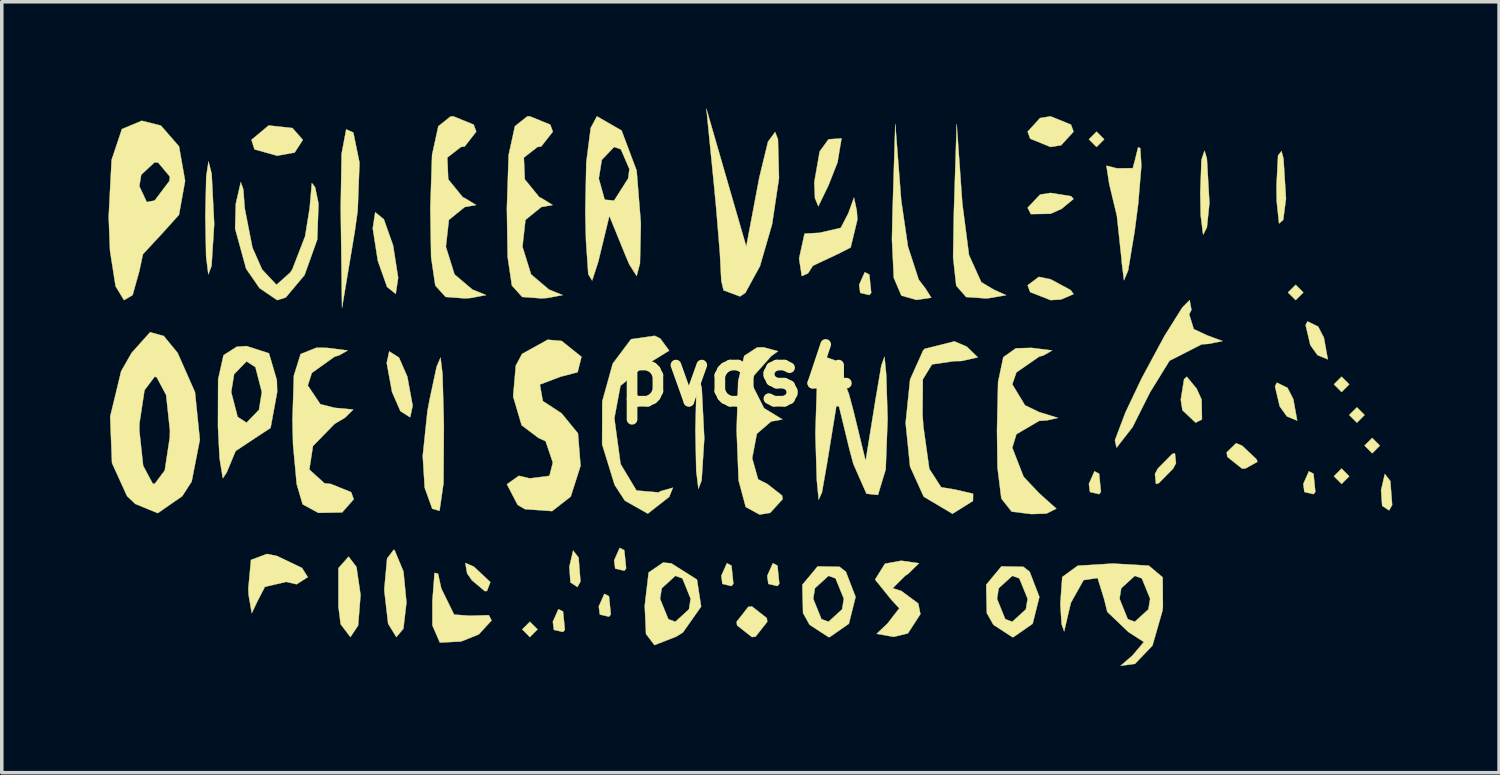
<source format=kicad_pcb>
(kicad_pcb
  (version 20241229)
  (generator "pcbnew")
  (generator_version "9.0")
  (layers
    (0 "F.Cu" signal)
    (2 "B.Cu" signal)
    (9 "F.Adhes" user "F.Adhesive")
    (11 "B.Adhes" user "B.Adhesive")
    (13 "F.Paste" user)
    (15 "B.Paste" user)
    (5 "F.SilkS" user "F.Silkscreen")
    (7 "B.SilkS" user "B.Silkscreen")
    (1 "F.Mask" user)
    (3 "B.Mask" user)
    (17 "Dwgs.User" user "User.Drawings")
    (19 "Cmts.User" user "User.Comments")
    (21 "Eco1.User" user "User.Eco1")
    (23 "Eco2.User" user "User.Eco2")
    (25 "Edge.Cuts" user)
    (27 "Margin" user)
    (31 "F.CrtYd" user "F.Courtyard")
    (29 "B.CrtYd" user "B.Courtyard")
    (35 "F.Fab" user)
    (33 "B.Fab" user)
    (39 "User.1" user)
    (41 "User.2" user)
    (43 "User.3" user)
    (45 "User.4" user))
  (footprint "pvos4"
    (layer "F.Cu")
    (at 17.656 7.539)
    (property "Reference" "pvos4" (at 0 0 0) (layer "F.SilkS") (effects (font (size 1.524 1.524) (thickness 0.3))))
    (attr through_hole)
    (fp_poly (pts (xy -5.597 7.103) (xy -5.812 7.319) (xy -6.027 7.103) (xy -5.812 6.888) (xy -5.597 7.103)) (stroke (width 0.01) (type solid)) (fill yes) (layer "F.SilkS"))
    (fp_poly (pts (xy 10.332 -6.673) (xy 10.117 -6.458) (xy 9.902 -6.673) (xy 10.117 -6.888) (xy 10.332 -6.673)) (stroke (width 0.01) (type solid)) (fill yes) (layer "F.SilkS"))
    (fp_poly (pts (xy 15.929 -2.368) (xy 15.714 -2.153) (xy 15.498 -2.368) (xy 15.714 -2.583) (xy 15.929 -2.368)) (stroke (width 0.01) (type solid)) (fill yes) (layer "F.SilkS"))
    (fp_poly (pts (xy 17.22 0.215) (xy 17.005 0.431) (xy 16.79 0.215) (xy 17.005 0) (xy 17.22 0.215)) (stroke (width 0.01) (type solid)) (fill yes) (layer "F.SilkS"))
    (fp_poly (pts (xy 17.22 2.798) (xy 17.005 3.014) (xy 16.79 2.798) (xy 17.005 2.583) (xy 17.22 2.798)) (stroke (width 0.01) (type solid)) (fill yes) (layer "F.SilkS"))
    (fp_poly (pts (xy 17.651 1.076) (xy 17.436 1.292) (xy 17.22 1.076) (xy 17.436 0.861) (xy 17.651 1.076)) (stroke (width 0.01) (type solid)) (fill yes) (layer "F.SilkS"))
    (fp_poly (pts (xy 18.081 1.937) (xy 17.866 2.153) (xy 17.651 1.937) (xy 17.866 1.722) (xy 18.081 1.937)) (stroke (width 0.01) (type solid)) (fill yes) (layer "F.SilkS"))
    (fp_poly (pts (xy -4.879 6.601) (xy -4.828 7.112) (xy -4.879 7.175) (xy -5.135 7.116) (xy -5.166 6.888) (xy -5.009 6.534) (xy -4.879 6.601)) (stroke (width 0.01) (type solid)) (fill yes) (layer "F.SilkS"))
    (fp_poly (pts (xy -4.442 5.085) (xy -4.39 5.758) (xy -4.475 5.911) (xy -4.671 5.782) (xy -4.702 5.345) (xy -4.596 4.886) (xy -4.442 5.085)) (stroke (width 0.01) (type solid)) (fill yes) (layer "F.SilkS"))
    (fp_poly (pts (xy -3.588 6.171) (xy -3.536 6.682) (xy -3.588 6.745) (xy -3.844 6.686) (xy -3.875 6.458) (xy -3.717 6.103) (xy -3.588 6.171)) (stroke (width 0.01) (type solid)) (fill yes) (layer "F.SilkS"))
    (fp_poly (pts (xy -3.157 4.879) (xy -3.106 5.39) (xy -3.157 5.453) (xy -3.413 5.394) (xy -3.444 5.166) (xy -3.287 4.812) (xy -3.157 4.879)) (stroke (width 0.01) (type solid)) (fill yes) (layer "F.SilkS"))
    (fp_poly (pts (xy -0.144 5.31) (xy -0.092 5.821) (xy -0.144 5.884) (xy -0.399 5.825) (xy -0.431 5.597) (xy -0.273 5.242) (xy -0.144 5.31)) (stroke (width 0.01) (type solid)) (fill yes) (layer "F.SilkS"))
    (fp_poly (pts (xy 1.148 5.31) (xy 1.2 5.821) (xy 1.148 5.884) (xy 0.892 5.825) (xy 0.861 5.597) (xy 1.019 5.242) (xy 1.148 5.31)) (stroke (width 0.01) (type solid)) (fill yes) (layer "F.SilkS"))
    (fp_poly (pts (xy 3.731 -2.87) (xy 3.783 -2.359) (xy 3.731 -2.296) (xy 3.475 -2.355) (xy 3.444 -2.583) (xy 3.602 -2.937) (xy 3.731 -2.87)) (stroke (width 0.01) (type solid)) (fill yes) (layer "F.SilkS"))
    (fp_poly (pts (xy 10.189 2.727) (xy 10.24 3.237) (xy 10.189 3.301) (xy 9.933 3.241) (xy 9.902 3.014) (xy 10.059 2.659) (xy 10.189 2.727)) (stroke (width 0.01) (type solid)) (fill yes) (layer "F.SilkS"))
    (fp_poly (pts (xy 16.216 2.727) (xy 16.267 3.237) (xy 16.216 3.301) (xy 15.96 3.241) (xy 15.929 3.014) (xy 16.086 2.659) (xy 16.216 2.727)) (stroke (width 0.01) (type solid)) (fill yes) (layer "F.SilkS"))
    (fp_poly (pts (xy 18.375 2.933) (xy 18.427 3.606) (xy 18.341 3.758) (xy 18.146 3.63) (xy 18.115 3.193) (xy 18.22 2.734) (xy 18.375 2.933)) (stroke (width 0.01) (type solid)) (fill yes) (layer "F.SilkS"))
    (fp_poly (pts (xy -12.485 -6.989) (xy -12.193 -6.658) (xy -12.423 -6.301) (xy -12.915 -6.212) (xy -13.552 -6.39) (xy -13.638 -6.658) (xy -13.154 -7.062) (xy -12.485 -6.989)) (stroke (width 0.01) (type solid)) (fill yes) (layer "F.SilkS"))
    (fp_poly (pts (xy -7.385 5.34) (xy -6.923 5.774) (xy -7.018 6.023) (xy -7.078 6.027) (xy -7.442 5.721) (xy -7.575 5.53) (xy -7.626 5.235) (xy -7.385 5.34)) (stroke (width 0.01) (type solid)) (fill yes) (layer "F.SilkS"))
    (fp_poly (pts (xy 15.485 0.313) (xy 15.647 0.627) (xy 15.757 1.234) (xy 15.468 1.116) (xy 15.265 0.832) (xy 15.133 0.269) (xy 15.187 0.168) (xy 15.485 0.313)) (stroke (width 0.01) (type solid)) (fill yes) (layer "F.SilkS"))
    (fp_poly (pts (xy 16.346 -1.409) (xy 16.508 -1.095) (xy 16.618 -0.488) (xy 16.329 -0.606) (xy 16.126 -0.89) (xy 15.994 -1.453) (xy 16.048 -1.554) (xy 16.346 -1.409)) (stroke (width 0.01) (type solid)) (fill yes) (layer "F.SilkS"))
    (fp_poly (pts (xy -10.774 -6.862) (xy -10.601 -6.016) (xy -10.652 -4.666) (xy -10.736 -4.063) (xy -11.092 -1.937) (xy -11.129 -4.736) (xy -11.104 -6.268) (xy -10.974 -6.953) (xy -10.774 -6.862)) (stroke (width 0.01) (type solid)) (fill yes) (layer "F.SilkS"))
    (fp_poly (pts (xy -10.686 5.347) (xy -10.571 6.135) (xy -10.639 6.993) (xy -10.856 7.319) (xy -11.13 6.957) (xy -11.193 6.458) (xy -11.193 5.381) (xy -10.908 5.058) (xy -10.686 5.347)) (stroke (width 0.01) (type solid)) (fill yes) (layer "F.SilkS"))
    (fp_poly (pts (xy -9.916 -4.425) (xy -9.656 -3.69) (xy -9.514 -2.778) (xy -9.583 -2.328) (xy -9.826 -2.524) (xy -10.086 -3.26) (xy -10.228 -4.172) (xy -10.159 -4.622) (xy -9.916 -4.425)) (stroke (width 0.01) (type solid)) (fill yes) (layer "F.SilkS"))
    (fp_poly (pts (xy -9.491 -0.538) (xy -9.256 0) (xy -9.107 0.814) (xy -9.177 1.141) (xy -9.451 0.968) (xy -9.686 0.431) (xy -9.835 -0.384) (xy -9.765 -0.711) (xy -9.491 -0.538)) (stroke (width 0.01) (type solid)) (fill yes) (layer "F.SilkS"))
    (fp_poly (pts (xy 0.849 6.785) (xy 0.861 6.888) (xy 0.533 7.306) (xy 0.431 7.319) (xy 0.013 6.991) (xy 0 6.888) (xy 0.328 6.47) (xy 0.431 6.458) (xy 0.849 6.785)) (stroke (width 0.01) (type solid)) (fill yes) (layer "F.SilkS"))
    (fp_poly (pts (xy 2.836 -6.025) (xy 2.583 -5.381) (xy 2.297 -4.791) (xy 2.202 -5.019) (xy 2.183 -5.464) (xy 2.334 -6.331) (xy 2.583 -6.673) (xy 2.948 -6.699) (xy 2.836 -6.025)) (stroke (width 0.01) (type solid)) (fill yes) (layer "F.SilkS"))
    (fp_poly (pts (xy 8.825 -2.739) (xy 9.392 -2.433) (xy 9.471 -2.322) (xy 9.12 -2.171) (xy 8.825 -2.153) (xy 8.252 -2.378) (xy 8.18 -2.57) (xy 8.495 -2.806) (xy 8.825 -2.739)) (stroke (width 0.01) (type solid)) (fill yes) (layer "F.SilkS"))
    (fp_poly (pts (xy 9.398 -7.086) (xy 9.471 -6.888) (xy 9.122 -6.506) (xy 8.825 -6.458) (xy 8.253 -6.69) (xy 8.18 -6.888) (xy 8.528 -7.27) (xy 8.825 -7.319) (xy 9.398 -7.086)) (stroke (width 0.01) (type solid)) (fill yes) (layer "F.SilkS"))
    (fp_poly (pts (xy 9.4 -5.074) (xy 9.471 -4.997) (xy 9.135 -4.719) (xy 8.825 -4.58) (xy 8.271 -4.571) (xy 8.18 -4.749) (xy 8.529 -5.119) (xy 8.825 -5.166) (xy 9.4 -5.074)) (stroke (width 0.01) (type solid)) (fill yes) (layer "F.SilkS"))
    (fp_poly (pts (xy 12.35 2.431) (xy 12.269 2.583) (xy 11.864 2.994) (xy 11.788 3.014) (xy 11.759 2.735) (xy 11.839 2.583) (xy 12.245 2.172) (xy 12.32 2.153) (xy 12.35 2.431)) (stroke (width 0.01) (type solid)) (fill yes) (layer "F.SilkS"))
    (fp_poly (pts (xy 12.932 0.337) (xy 13.071 0.646) (xy 13.08 1.2) (xy 12.902 1.292) (xy 12.532 0.943) (xy 12.485 0.646) (xy 12.577 0.071) (xy 12.654 0) (xy 12.932 0.337)) (stroke (width 0.01) (type solid)) (fill yes) (layer "F.SilkS"))
    (fp_poly (pts (xy 13.219 -6.135) (xy 13.29 -4.88) (xy 13.219 -4.197) (xy 13.113 -3.993) (xy 13.045 -4.534) (xy 13.033 -5.166) (xy 13.066 -6.097) (xy 13.152 -6.353) (xy 13.219 -6.135)) (stroke (width 0.01) (type solid)) (fill yes) (layer "F.SilkS"))
    (fp_poly (pts (xy 14.207 1.937) (xy 14.617 2.324) (xy 14.637 2.393) (xy 14.304 2.578) (xy 14.207 2.583) (xy 13.793 2.252) (xy 13.776 2.127) (xy 14.04 1.87) (xy 14.207 1.937)) (stroke (width 0.01) (type solid)) (fill yes) (layer "F.SilkS"))
    (fp_poly (pts (xy 15.372 -6.13) (xy 15.442 -5.008) (xy 15.364 -4.408) (xy 15.247 -4.307) (xy 15.182 -4.925) (xy 15.176 -5.381) (xy 15.219 -6.215) (xy 15.316 -6.342) (xy 15.372 -6.13)) (stroke (width 0.01) (type solid)) (fill yes) (layer "F.SilkS"))
    (fp_poly (pts (xy -14.757 -5.707) (xy -14.756 -5.697) (xy -14.685 -4.293) (xy -14.76 -3.113) (xy -14.85 -2.876) (xy -14.913 -3.388) (xy -14.934 -4.52) (xy -14.909 -5.625) (xy -14.845 -6.051) (xy -14.757 -5.707)) (stroke (width 0.01) (type solid)) (fill yes) (layer "F.SilkS"))
    (fp_poly (pts (xy -0.981 0.32) (xy -0.98 0.331) (xy -0.909 1.735) (xy -0.984 2.914) (xy -1.074 3.151) (xy -1.136 2.639) (xy -1.158 1.507) (xy -1.132 0.402) (xy -1.069 -0.024) (xy -0.981 0.32)) (stroke (width 0.01) (type solid)) (fill yes) (layer "F.SilkS"))
    (fp_poly (pts (xy -9.612 4.882) (xy -9.365 5.476) (xy -9.281 6.343) (xy -9.367 7.084) (xy -9.565 7.319) (xy -9.796 6.943) (xy -9.901 6.03) (xy -9.902 5.955) (xy -9.825 5.111) (xy -9.638 4.862) (xy -9.612 4.882)) (stroke (width 0.01) (type solid)) (fill yes) (layer "F.SilkS"))
    (fp_poly (pts (xy 4.626 -4.959) (xy 4.817 -3.655) (xy 5.119 -2.727) (xy 5.301 -2.49) (xy 5.472 -2.222) (xy 5.058 -2.159) (xy 4.631 -2.28) (xy 4.418 -2.78) (xy 4.366 -3.853) (xy 4.383 -4.628) (xy 4.46 -7.103) (xy 4.626 -4.959)) (stroke (width 0.01) (type solid)) (fill yes) (layer "F.SilkS"))
    (fp_poly (pts (xy -12.915 5.041) (xy -12.217 5.376) (xy -12.054 5.633) (xy -12.369 5.834) (xy -12.662 5.767) (xy -13.26 5.906) (xy -13.473 6.318) (xy -13.629 6.646) (xy -13.718 6.13) (xy -13.726 5.96) (xy -13.651 5.15) (xy -13.203 4.982) (xy -12.915 5.041)) (stroke (width 0.01) (type solid)) (fill yes) (layer "F.SilkS"))
    (fp_poly (pts (xy -8.394 5.538) (xy -8.302 5.952) (xy -7.942 6.687) (xy -7.5 6.719) (xy -6.965 6.703) (xy -6.888 6.851) (xy -7.246 7.242) (xy -7.749 7.443) (xy -8.342 7.473) (xy -8.551 6.992) (xy -8.552 6.31) (xy -8.491 5.514) (xy -8.394 5.538)) (stroke (width 0.01) (type solid)) (fill yes) (layer "F.SilkS"))
    (fp_poly (pts (xy -8.267 -0.068) (xy -8.233 1.194) (xy -8.229 1.399) (xy -8.24 2.995) (xy -8.351 3.77) (xy -8.556 3.711) (xy -8.768 3.121) (xy -8.823 2.227) (xy -8.69 0.959) (xy -8.631 0.646) (xy -8.433 -0.28) (xy -8.323 -0.538) (xy -8.267 -0.068)) (stroke (width 0.01) (type solid)) (fill yes) (layer "F.SilkS"))
    (fp_poly (pts (xy 6.344 -4.871) (xy 6.532 -3.419) (xy 6.878 -2.656) (xy 7.233 -2.445) (xy 7.575 -2.291) (xy 7.084 -2.207) (xy 6.996 -2.202) (xy 6.452 -2.24) (xy 6.173 -2.558) (xy 6.085 -3.358) (xy 6.107 -4.628) (xy 6.186 -7.103) (xy 6.344 -4.871)) (stroke (width 0.01) (type solid)) (fill yes) (layer "F.SilkS"))
    (fp_poly (pts (xy 3.379 -4.66) (xy 3.394 -4.413) (xy 3.205 -3.632) (xy 2.834 -3.444) (xy 2.143 -3.119) (xy 2.007 -2.906) (xy 1.832 -2.829) (xy 1.756 -3.323) (xy 1.909 -4.022) (xy 2.33 -4.045) (xy 2.928 -4.184) (xy 3.141 -4.596) (xy 3.299 -5.034) (xy 3.379 -4.66)) (stroke (width 0.01) (type solid)) (fill yes) (layer "F.SilkS"))
    (fp_poly (pts (xy 11.346 -6.422) (xy 11.377 -5.93) (xy 11.289 -4.869) (xy 11.188 -4.09) (xy 11.005 -2.986) (xy 10.888 -2.71) (xy 10.823 -3.233) (xy 10.82 -3.301) (xy 10.689 -4.522) (xy 10.474 -5.417) (xy 10.395 -5.931) (xy 10.69 -5.857) (xy 11.135 -5.862) (xy 11.193 -6.073) (xy 11.286 -6.45) (xy 11.346 -6.422)) (stroke (width 0.01) (type solid)) (fill yes) (layer "F.SilkS"))
    (fp_poly (pts (xy 0.271 -3.659) (xy 0.637 -5.597) (xy 0.881 -6.604) (xy 1.082 -6.879) (xy 1.162 -6.673) (xy 1.191 -5.581) (xy 0.997 -4.287) (xy 0.656 -3.108) (xy 0.246 -2.359) (xy 0.095 -2.256) (xy -0.368 -2.429) (xy -0.431 -2.702) (xy -0.471 -3.48) (xy -0.575 -4.744) (xy -0.64 -5.429) (xy -0.85 -7.534) (xy 0.271 -3.659)) (stroke (width 0.01) (type solid)) (fill yes) (layer "F.SilkS"))
    (fp_poly (pts (xy 5.126 5.244) (xy 4.818 5.543) (xy 4.736 5.597) (xy 4.385 5.945) (xy 4.628 6.021) (xy 5.105 6.374) (xy 5.166 6.673) (xy 4.814 7.215) (xy 4.413 7.312) (xy 3.936 7.227) (xy 4.243 6.935) (xy 4.572 6.509) (xy 4.351 6.271) (xy 3.892 5.702) (xy 4.17 5.256) (xy 4.628 5.173) (xy 5.126 5.244)) (stroke (width 0.01) (type solid)) (fill yes) (layer "F.SilkS"))
    (fp_poly (pts (xy 12.785 -1.879) (xy 12.72 -1.755) (xy 12.85 -1.338) (xy 13.233 -1.159) (xy 13.66 -1.002) (xy 13.27 -0.923) (xy 13.075 -0.911) (xy 12.168 -0.449) (xy 11.62 0.44) (xy 11.13 1.416) (xy 10.69 1.982) (xy 10.677 1.99) (xy 10.634 1.786) (xy 10.93 1.003) (xy 11.386 0.044) (xy 12.026 -1.144) (xy 12.526 -1.942) (xy 12.733 -2.153) (xy 12.785 -1.879)) (stroke (width 0.01) (type solid)) (fill yes) (layer "F.SilkS"))
    (fp_poly (pts (xy -2.144 -1.071) (xy -1.896 -0.733) (xy -2.432 -0.403) (xy -2.509 -0.373) (xy -3.265 0.254) (xy -3.437 1.17) (xy -3.262 2.455) (xy -2.815 3.199) (xy -2.195 3.252) (xy -2.134 3.217) (xy -1.791 3.12) (xy -1.896 3.378) (xy -2.497 3.848) (xy -3.141 3.484) (xy -3.429 3.042) (xy -3.781 1.9) (xy -3.776 0.69) (xy -3.482 -0.368) (xy -2.968 -1.054) (xy -2.302 -1.15) (xy -2.144 -1.071)) (stroke (width 0.01) (type solid)) (fill yes) (layer "F.SilkS"))
    (fp_poly (pts (xy -13.866 -5.265) (xy -13.828 -4.736) (xy -13.611 -3.63) (xy -13.339 -3.014) (xy -12.934 -2.584) (xy -12.549 -2.927) (xy -12.491 -3.014) (xy -12.13 -3.946) (xy -12.002 -4.736) (xy -11.94 -5.444) (xy -11.849 -5.325) (xy -11.753 -4.865) (xy -11.789 -3.854) (xy -12.145 -2.858) (xy -12.674 -2.226) (xy -12.915 -2.153) (xy -13.409 -2.488) (xy -13.788 -3.036) (xy -14.097 -4.164) (xy -14.077 -4.865) (xy -13.938 -5.469) (xy -13.866 -5.265)) (stroke (width 0.01) (type solid)) (fill yes) (layer "F.SilkS"))
    (fp_poly (pts (xy -1.835 5.247) (xy -1.114 5.704) (xy -0.998 6.462) (xy -1.51 7.189) (xy -1.696 7.305) (xy -2.309 7.544) (xy -2.547 7.231) (xy -2.583 6.441) (xy -2.56 6.242) (xy -2.153 6.242) (xy -1.92 6.815) (xy -1.722 6.888) (xy -1.34 6.539) (xy -1.292 6.242) (xy -1.524 5.669) (xy -1.722 5.597) (xy -2.104 5.945) (xy -2.153 6.242) (xy -2.56 6.242) (xy -2.473 5.503) (xy -2.066 5.224) (xy -1.835 5.247)) (stroke (width 0.01) (type solid)) (fill yes) (layer "F.SilkS"))
    (fp_poly (pts (xy 2.893 5.344) (xy 3.071 5.482) (xy 3.344 6.19) (xy 3.155 6.944) (xy 2.617 7.318) (xy 2.583 7.319) (xy 2.051 6.973) (xy 1.867 6.644) (xy 1.857 6.242) (xy 2.153 6.242) (xy 2.385 6.815) (xy 2.583 6.888) (xy 2.965 6.539) (xy 3.014 6.242) (xy 2.781 5.669) (xy 2.583 5.597) (xy 2.201 5.945) (xy 2.153 6.242) (xy 1.857 6.242) (xy 1.848 5.848) (xy 2.277 5.332) (xy 2.893 5.344)) (stroke (width 0.01) (type solid)) (fill yes) (layer "F.SilkS"))
    (fp_poly (pts (xy 8.06 5.344) (xy 8.237 5.482) (xy 8.51 6.19) (xy 8.321 6.944) (xy 7.783 7.318) (xy 7.749 7.319) (xy 7.218 6.973) (xy 7.033 6.644) (xy 7.024 6.242) (xy 7.319 6.242) (xy 7.551 6.815) (xy 7.749 6.888) (xy 8.131 6.539) (xy 8.18 6.242) (xy 7.947 5.669) (xy 7.749 5.597) (xy 7.367 5.945) (xy 7.319 6.242) (xy 7.024 6.242) (xy 7.015 5.848) (xy 7.443 5.332) (xy 8.06 5.344)) (stroke (width 0.01) (type solid)) (fill yes) (layer "F.SilkS"))
    (fp_poly (pts (xy 2.778 -0.455) (xy 3.156 0.482) (xy 3.287 0.974) (xy 3.626 2.368) (xy 3.904 0.646) (xy 4.067 -0.313) (xy 4.157 -0.561) (xy 4.206 -0.048) (xy 4.244 1.184) (xy 4.19 2.606) (xy 3.973 3.323) (xy 3.65 3.289) (xy 3.282 2.454) (xy 3.172 2.045) (xy 2.832 0.646) (xy 2.553 2.368) (xy 2.398 3.254) (xy 2.307 3.455) (xy 2.254 2.912) (xy 2.214 1.589) (xy 2.262 0.125) (xy 2.465 -0.565) (xy 2.778 -0.455)) (stroke (width 0.01) (type solid)) (fill yes) (layer "F.SilkS"))
    (fp_poly (pts (xy 6.472 -0.843) (xy 6.78 -0.544) (xy 6.318 -0.441) (xy 6.11 -0.437) (xy 5.491 -0.346) (xy 5.234 0.074) (xy 5.226 1.057) (xy 5.249 1.399) (xy 5.416 2.59) (xy 5.75 3.108) (xy 6.13 3.17) (xy 6.647 3.29) (xy 6.643 3.493) (xy 6.067 3.852) (xy 5.28 3.385) (xy 5.252 3.358) (xy 4.875 2.526) (xy 4.751 1.301) (xy 4.876 0.079) (xy 5.246 -0.745) (xy 5.288 -0.784) (xy 6.123 -0.993) (xy 6.472 -0.843)) (stroke (width 0.01) (type solid)) (fill yes) (layer "F.SilkS"))
    (fp_poly (pts (xy 1.161 -0.717) (xy 0.969 -0.576) (xy 0.468 -0.011) (xy 0.431 0.215) (xy 0.771 0.886) (xy 0.969 1.006) (xy 1.286 1.201) (xy 0.969 1.258) (xy 0.568 1.605) (xy 0.437 2.292) (xy 0.604 2.884) (xy 0.861 3.014) (xy 1.279 3.341) (xy 1.292 3.444) (xy 0.943 3.826) (xy 0.646 3.875) (xy 0.256 3.662) (xy 0.056 2.916) (xy 0 1.507) (xy 0.043 0.127) (xy 0.214 -0.586) (xy 0.575 -0.822) (xy 0.753 -0.827) (xy 1.161 -0.717)) (stroke (width 0.01) (type solid)) (fill yes) (layer "F.SilkS"))
    (fp_poly (pts (xy -13.146 -0.658) (xy -12.924 0.097) (xy -12.915 0.431) (xy -13.1 1.439) (xy -13.531 1.722) (xy -14.083 2.088) (xy -14.333 2.691) (xy -14.443 2.855) (xy -14.535 2.283) (xy -14.579 1.399) (xy -14.576 0.431) (xy -14.207 0.431) (xy -14.026 1.13) (xy -13.776 1.292) (xy -13.426 0.931) (xy -13.346 0.431) (xy -13.526 -0.269) (xy -13.776 -0.431) (xy -14.126 -0.07) (xy -14.207 0.431) (xy -14.576 0.431) (xy -14.574 0.072) (xy -14.423 -0.605) (xy -14.051 -0.842) (xy -13.776 -0.861) (xy -13.146 -0.658)) (stroke (width 0.01) (type solid)) (fill yes) (layer "F.SilkS"))
    (fp_poly (pts (xy -7.391 -7.086) (xy -7.319 -6.888) (xy -7.646 -6.47) (xy -7.749 -6.458) (xy -8.133 -6.159) (xy -8.106 -5.548) (xy -7.699 -5.047) (xy -7.642 -5.021) (xy -7.324 -4.826) (xy -7.642 -4.77) (xy -8.088 -4.409) (xy -8.173 -3.654) (xy -7.93 -2.875) (xy -7.426 -2.449) (xy -7.043 -2.294) (xy -7.482 -2.212) (xy -7.642 -2.202) (xy -8.179 -2.242) (xy -8.47 -2.563) (xy -8.588 -3.362) (xy -8.61 -4.736) (xy -8.561 -6.235) (xy -8.385 -7.041) (xy -8.042 -7.314) (xy -7.964 -7.319) (xy -7.391 -7.086)) (stroke (width 0.01) (type solid)) (fill yes) (layer "F.SilkS"))
    (fp_poly (pts (xy -5.239 -7.086) (xy -5.166 -6.888) (xy -5.494 -6.47) (xy -5.597 -6.458) (xy -5.981 -6.159) (xy -5.954 -5.548) (xy -5.547 -5.047) (xy -5.489 -5.021) (xy -5.172 -4.826) (xy -5.489 -4.77) (xy -5.936 -4.409) (xy -6.02 -3.654) (xy -5.777 -2.875) (xy -5.274 -2.449) (xy -4.89 -2.294) (xy -5.33 -2.212) (xy -5.489 -2.202) (xy -6.027 -2.242) (xy -6.317 -2.563) (xy -6.436 -3.362) (xy -6.458 -4.736) (xy -6.408 -6.235) (xy -6.232 -7.041) (xy -5.89 -7.314) (xy -5.812 -7.319) (xy -5.239 -7.086)) (stroke (width 0.01) (type solid)) (fill yes) (layer "F.SilkS"))
    (fp_poly (pts (xy -4.919 -1.005) (xy -4.361 -0.559) (xy -4.47 -0.125) (xy -4.951 0) (xy -5.531 0.22) (xy -5.448 0.684) (xy -4.922 1.028) (xy -4.46 1.592) (xy -4.387 2.505) (xy -4.663 3.37) (xy -5.187 3.778) (xy -5.953 3.723) (xy -6.156 3.602) (xy -6.457 3.023) (xy -6.122 2.786) (xy -5.812 2.858) (xy -5.261 2.786) (xy -5.166 2.414) (xy -5.37 1.812) (xy -5.568 1.722) (xy -6.043 1.365) (xy -6.282 0.555) (xy -6.207 -0.313) (xy -6.031 -0.641) (xy -5.312 -1.039) (xy -4.919 -1.005)) (stroke (width 0.01) (type solid)) (fill yes) (layer "F.SilkS"))
    (fp_poly (pts (xy 8.87 -0.738) (xy 8.625 -0.598) (xy 8.503 -0.564) (xy 7.863 -0.121) (xy 7.749 0.215) (xy 8.106 0.803) (xy 8.503 0.995) (xy 9.033 1.158) (xy 8.727 1.226) (xy 8.503 1.242) (xy 7.864 1.616) (xy 7.749 1.997) (xy 8.067 2.813) (xy 8.503 3.275) (xy 8.987 3.709) (xy 8.71 3.847) (xy 8.287 3.861) (xy 7.731 3.792) (xy 7.441 3.425) (xy 7.333 2.554) (xy 7.319 1.507) (xy 7.349 0.15) (xy 7.497 -0.55) (xy 7.849 -0.798) (xy 8.287 -0.811) (xy 8.87 -0.738)) (stroke (width 0.01) (type solid)) (fill yes) (layer "F.SilkS"))
    (fp_poly (pts (xy -16.183 -7.059) (xy -15.674 -6.474) (xy -15.503 -5.505) (xy -15.675 -4.551) (xy -16.144 -4.03) (xy -16.689 -3.443) (xy -16.79 -2.967) (xy -16.979 -2.293) (xy -17.22 -2.153) (xy -17.457 -2.542) (xy -17.614 -3.544) (xy -17.651 -4.495) (xy -17.607 -5.356) (xy -16.79 -5.356) (xy -16.581 -4.91) (xy -16.359 -4.951) (xy -15.945 -5.501) (xy -15.929 -5.622) (xy -16.257 -6.016) (xy -16.359 -6.027) (xy -16.737 -5.677) (xy -16.79 -5.356) (xy -17.607 -5.356) (xy -17.568 -6.098) (xy -17.279 -6.961) (xy -16.721 -7.194) (xy -16.183 -7.059)) (stroke (width 0.01) (type solid)) (fill yes) (layer "F.SilkS"))
    (fp_poly (pts (xy -11.516 -0.811) (xy -10.933 -0.738) (xy -11.179 -0.598) (xy -11.301 -0.564) (xy -11.941 -0.106) (xy -12.054 0.247) (xy -11.701 0.773) (xy -11.301 0.874) (xy -10.777 0.923) (xy -11.007 1.151) (xy -11.301 1.326) (xy -11.909 1.948) (xy -12.011 2.61) (xy -11.585 2.996) (xy -11.408 3.014) (xy -10.836 3.246) (xy -10.763 3.444) (xy -11.088 3.814) (xy -11.757 3.827) (xy -12.198 3.588) (xy -12.366 3.021) (xy -12.469 1.906) (xy -12.485 1.22) (xy -12.445 -0.031) (xy -12.256 -0.637) (xy -11.815 -0.814) (xy -11.516 -0.811)) (stroke (width 0.01) (type solid)) (fill yes) (layer "F.SilkS"))
    (fp_poly (pts (xy -3.234 -6.92) (xy -2.81 -5.792) (xy -2.692 -4.306) (xy -2.717 -3.185) (xy -2.81 -2.832) (xy -3.018 -3.158) (xy -3.139 -3.445) (xy -3.577 -4.52) (xy -3.89 -3.229) (xy -4.061 -2.704) (xy -4.17 -2.88) (xy -4.234 -3.821) (xy -4.254 -4.628) (xy -4.235 -5.571) (xy -3.875 -5.571) (xy -3.709 -4.976) (xy -3.444 -4.951) (xy -3.048 -5.574) (xy -3.014 -5.837) (xy -3.254 -6.394) (xy -3.444 -6.458) (xy -3.79 -6.096) (xy -3.875 -5.571) (xy -4.235 -5.571) (xy -4.226 -6.022) (xy -4.101 -6.994) (xy -3.927 -7.319) (xy -3.234 -6.92)) (stroke (width 0.01) (type solid)) (fill yes) (layer "F.SilkS"))
    (fp_poly (pts (xy -16.103 -1.144) (xy -15.714 -0.671) (xy -15.225 0.434) (xy -15.089 1.773) (xy -15.318 2.947) (xy -15.584 3.358) (xy -16.272 3.835) (xy -16.901 3.577) (xy -17.134 3.358) (xy -17.558 2.426) (xy -17.594 1.507) (xy -16.79 1.507) (xy -16.682 2.503) (xy -16.416 3.001) (xy -16.359 3.014) (xy -16.075 2.635) (xy -15.933 1.705) (xy -15.929 1.507) (xy -16.037 0.511) (xy -16.303 0.013) (xy -16.359 0) (xy -16.644 0.378) (xy -16.786 1.309) (xy -16.79 1.507) (xy -17.594 1.507) (xy -17.609 1.122) (xy -17.301 -0.154) (xy -17.005 -0.671) (xy -16.487 -1.251) (xy -16.103 -1.144)) (stroke (width 0.01) (type solid)) (fill yes) (layer "F.SilkS"))
    (fp_poly (pts (xy 11.585 5.311) (xy 11.976 5.638) (xy 11.982 6.458) (xy 11.971 6.575) (xy 11.689 7.558) (xy 11.197 8.071) (xy 11.193 8.072) (xy 10.793 8.126) (xy 11.122 7.842) (xy 11.448 7.457) (xy 11.014 7.177) (xy 10.419 6.61) (xy 10.332 6.256) (xy 10.328 6.242) (xy 10.763 6.242) (xy 10.995 6.815) (xy 11.193 6.888) (xy 11.575 6.539) (xy 11.624 6.242) (xy 11.391 5.669) (xy 11.193 5.597) (xy 10.811 5.945) (xy 10.763 6.242) (xy 10.328 6.242) (xy 10.147 5.658) (xy 9.753 5.717) (xy 9.394 6.357) (xy 9.345 6.565) (xy 9.207 7.159) (xy 9.135 6.954) (xy 9.099 6.393) (xy 9.153 5.63) (xy 9.587 5.313) (xy 10.572 5.252) (xy 11.585 5.311)) (stroke (width 0.01) (type solid)) (fill yes) (layer "F.SilkS")))
  (gr_rect
    (start -3 -3)
    (end 39.088 18.67)
    (stroke (width 0.1) (type default))
    (fill no)
    (layer "Edge.Cuts")))
</source>
